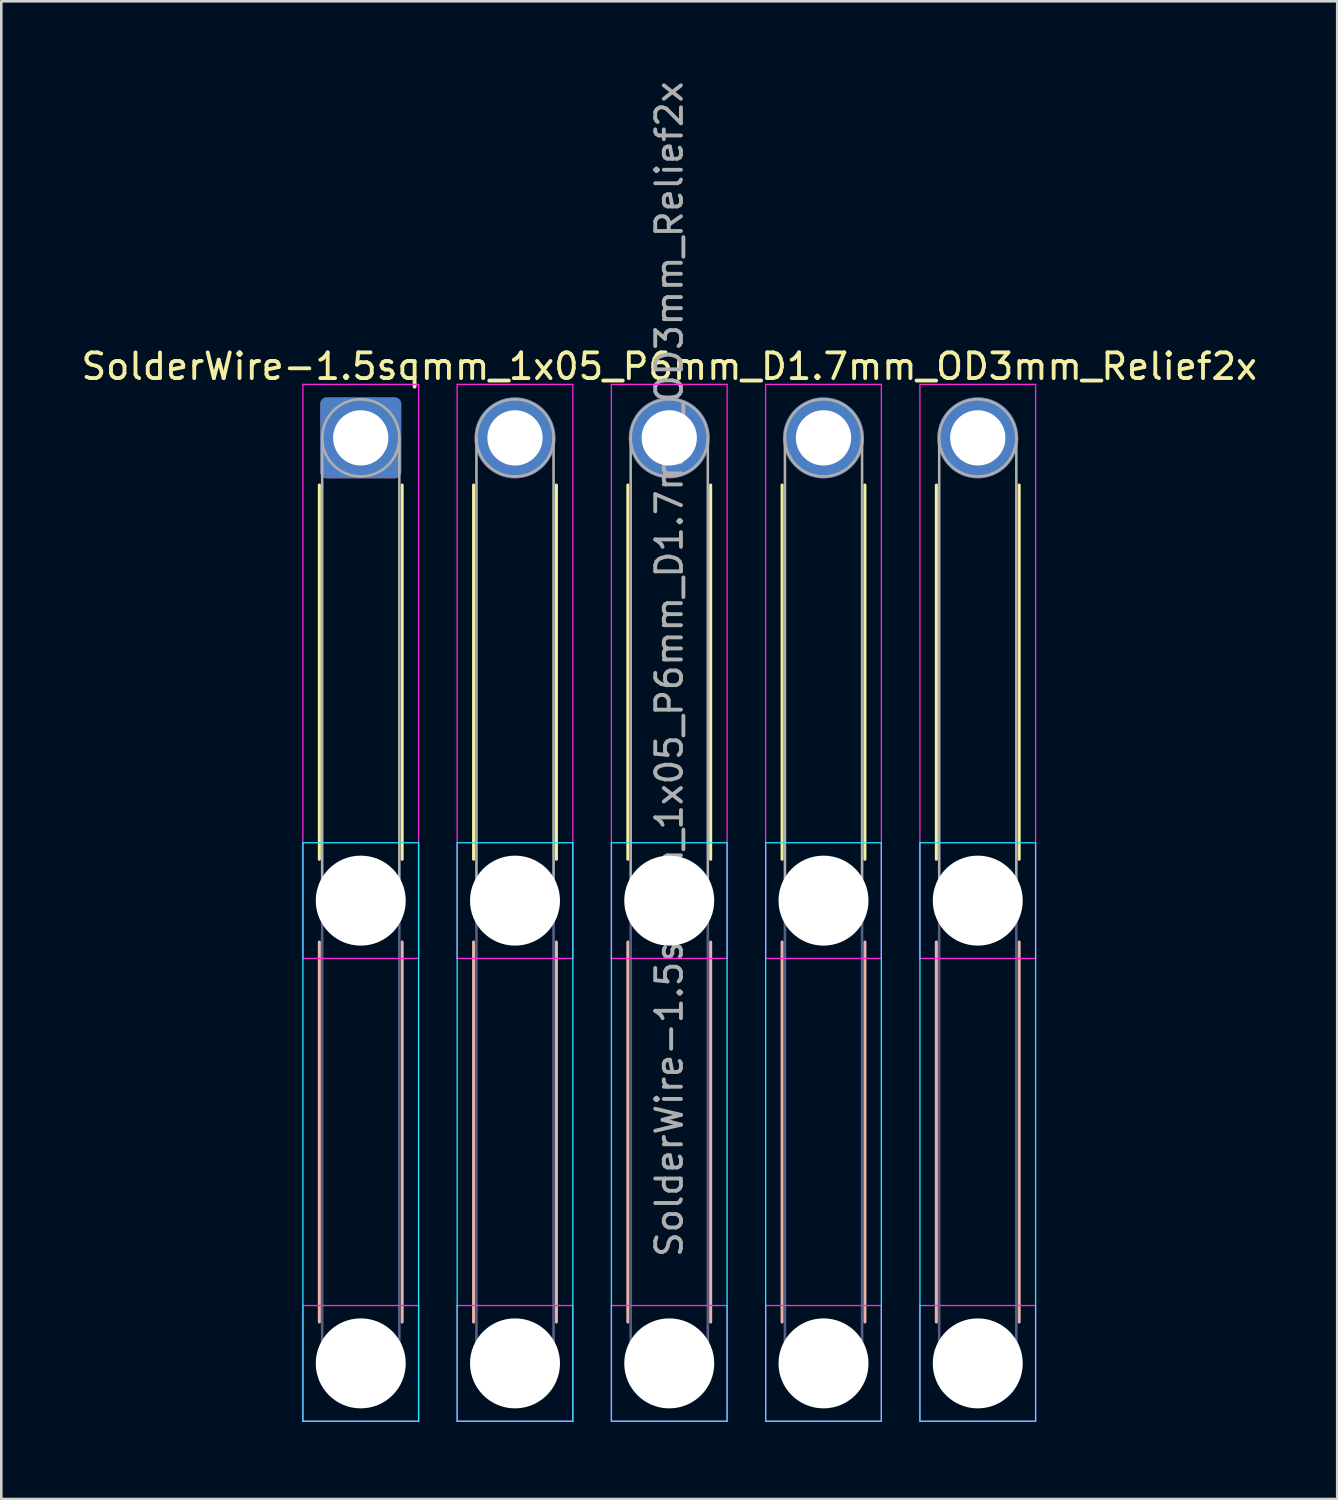
<source format=kicad_pcb>
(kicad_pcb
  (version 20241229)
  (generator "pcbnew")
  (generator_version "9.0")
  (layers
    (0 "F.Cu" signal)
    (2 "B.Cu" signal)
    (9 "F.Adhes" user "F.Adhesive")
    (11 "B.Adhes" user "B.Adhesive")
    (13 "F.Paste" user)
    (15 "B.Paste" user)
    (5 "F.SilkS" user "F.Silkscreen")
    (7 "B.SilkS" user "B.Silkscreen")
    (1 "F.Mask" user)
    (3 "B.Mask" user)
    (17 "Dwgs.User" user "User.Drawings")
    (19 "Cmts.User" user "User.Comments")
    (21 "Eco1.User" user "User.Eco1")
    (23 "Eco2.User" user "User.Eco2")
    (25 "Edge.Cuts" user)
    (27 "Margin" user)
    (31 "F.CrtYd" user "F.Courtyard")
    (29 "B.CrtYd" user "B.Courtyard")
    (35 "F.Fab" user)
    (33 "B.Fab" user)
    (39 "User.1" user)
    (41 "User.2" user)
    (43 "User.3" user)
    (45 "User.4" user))
  (footprint "SolderWire-1.5sqmm_1x05_P6mm_D1.7mm_OD3mm_Relief2x"
    (layer "F.Cu")
    (at 10.982 13.982)
    (property "Reference" "SolderWire-1.5sqmm_1x05_P6mm_D1.7mm_OD3mm_Relief2x" (at 12 -2.78 0) (layer "F.SilkS") (effects (font (size 1 1) (thickness 0.15))))
    (attr exclude_from_pos_files exclude_from_bom)
    (fp_line (start -1.61 1.835) (end -1.61 16.39) (stroke (width 0.12) (type solid)) (layer "F.SilkS"))
    (fp_line (start 1.61 1.835) (end 1.61 16.39) (stroke (width 0.12) (type solid)) (layer "F.SilkS"))
    (fp_line (start 4.39 1.835) (end 4.39 16.39) (stroke (width 0.12) (type solid)) (layer "F.SilkS"))
    (fp_line (start 7.61 1.835) (end 7.61 16.39) (stroke (width 0.12) (type solid)) (layer "F.SilkS"))
    (fp_line (start 10.39 1.835) (end 10.39 16.39) (stroke (width 0.12) (type solid)) (layer "F.SilkS"))
    (fp_line (start 13.61 1.835) (end 13.61 16.39) (stroke (width 0.12) (type solid)) (layer "F.SilkS"))
    (fp_line (start 16.39 1.835) (end 16.39 16.39) (stroke (width 0.12) (type solid)) (layer "F.SilkS"))
    (fp_line (start 19.61 1.835) (end 19.61 16.39) (stroke (width 0.12) (type solid)) (layer "F.SilkS"))
    (fp_line (start 22.39 1.835) (end 22.39 16.39) (stroke (width 0.12) (type solid)) (layer "F.SilkS"))
    (fp_line (start 25.61 1.835) (end 25.61 16.39) (stroke (width 0.12) (type solid)) (layer "F.SilkS"))
    (fp_line (start -1.61 19.61) (end -1.61 34.39) (stroke (width 0.12) (type solid)) (layer "B.SilkS"))
    (fp_line (start 1.61 19.61) (end 1.61 34.39) (stroke (width 0.12) (type solid)) (layer "B.SilkS"))
    (fp_line (start 4.39 19.61) (end 4.39 34.39) (stroke (width 0.12) (type solid)) (layer "B.SilkS"))
    (fp_line (start 7.61 19.61) (end 7.61 34.39) (stroke (width 0.12) (type solid)) (layer "B.SilkS"))
    (fp_line (start 10.39 19.61) (end 10.39 34.39) (stroke (width 0.12) (type solid)) (layer "B.SilkS"))
    (fp_line (start 13.61 19.61) (end 13.61 34.39) (stroke (width 0.12) (type solid)) (layer "B.SilkS"))
    (fp_line (start 16.39 19.61) (end 16.39 34.39) (stroke (width 0.12) (type solid)) (layer "B.SilkS"))
    (fp_line (start 19.61 19.61) (end 19.61 34.39) (stroke (width 0.12) (type solid)) (layer "B.SilkS"))
    (fp_line (start 22.39 19.61) (end 22.39 34.39) (stroke (width 0.12) (type solid)) (layer "B.SilkS"))
    (fp_line (start 25.61 19.61) (end 25.61 34.39) (stroke (width 0.12) (type solid)) (layer "B.SilkS"))
    (fp_line (start -2.25 15.75) (end -2.25 38.25) (stroke (width 0.05) (type solid)) (layer "B.CrtYd"))
    (fp_line (start -2.25 38.25) (end 2.25 38.25) (stroke (width 0.05) (type solid)) (layer "B.CrtYd"))
    (fp_line (start 2.25 15.75) (end -2.25 15.75) (stroke (width 0.05) (type solid)) (layer "B.CrtYd"))
    (fp_line (start 2.25 38.25) (end 2.25 15.75) (stroke (width 0.05) (type solid)) (layer "B.CrtYd"))
    (fp_line (start 3.75 15.75) (end 3.75 38.25) (stroke (width 0.05) (type solid)) (layer "B.CrtYd"))
    (fp_line (start 3.75 38.25) (end 8.25 38.25) (stroke (width 0.05) (type solid)) (layer "B.CrtYd"))
    (fp_line (start 8.25 15.75) (end 3.75 15.75) (stroke (width 0.05) (type solid)) (layer "B.CrtYd"))
    (fp_line (start 8.25 38.25) (end 8.25 15.75) (stroke (width 0.05) (type solid)) (layer "B.CrtYd"))
    (fp_line (start 9.75 15.75) (end 9.75 38.25) (stroke (width 0.05) (type solid)) (layer "B.CrtYd"))
    (fp_line (start 9.75 38.25) (end 14.25 38.25) (stroke (width 0.05) (type solid)) (layer "B.CrtYd"))
    (fp_line (start 14.25 15.75) (end 9.75 15.75) (stroke (width 0.05) (type solid)) (layer "B.CrtYd"))
    (fp_line (start 14.25 38.25) (end 14.25 15.75) (stroke (width 0.05) (type solid)) (layer "B.CrtYd"))
    (fp_line (start 15.75 15.75) (end 15.75 38.25) (stroke (width 0.05) (type solid)) (layer "B.CrtYd"))
    (fp_line (start 15.75 38.25) (end 20.25 38.25) (stroke (width 0.05) (type solid)) (layer "B.CrtYd"))
    (fp_line (start 20.25 15.75) (end 15.75 15.75) (stroke (width 0.05) (type solid)) (layer "B.CrtYd"))
    (fp_line (start 20.25 38.25) (end 20.25 15.75) (stroke (width 0.05) (type solid)) (layer "B.CrtYd"))
    (fp_line (start 21.75 15.75) (end 21.75 38.25) (stroke (width 0.05) (type solid)) (layer "B.CrtYd"))
    (fp_line (start 21.75 38.25) (end 26.25 38.25) (stroke (width 0.05) (type solid)) (layer "B.CrtYd"))
    (fp_line (start 26.25 15.75) (end 21.75 15.75) (stroke (width 0.05) (type solid)) (layer "B.CrtYd"))
    (fp_line (start 26.25 38.25) (end 26.25 15.75) (stroke (width 0.05) (type solid)) (layer "B.CrtYd"))
    (fp_line (start -2.25 -2.08) (end -2.25 20.25) (stroke (width 0.05) (type solid)) (layer "F.CrtYd"))
    (fp_line (start -2.25 20.25) (end 2.25 20.25) (stroke (width 0.05) (type solid)) (layer "F.CrtYd"))
    (fp_line (start -2.25 33.75) (end -2.25 38.25) (stroke (width 0.05) (type solid)) (layer "F.CrtYd"))
    (fp_line (start -2.25 38.25) (end 2.25 38.25) (stroke (width 0.05) (type solid)) (layer "F.CrtYd"))
    (fp_line (start 2.25 -2.08) (end -2.25 -2.08) (stroke (width 0.05) (type solid)) (layer "F.CrtYd"))
    (fp_line (start 2.25 20.25) (end 2.25 -2.08) (stroke (width 0.05) (type solid)) (layer "F.CrtYd"))
    (fp_line (start 2.25 33.75) (end -2.25 33.75) (stroke (width 0.05) (type solid)) (layer "F.CrtYd"))
    (fp_line (start 2.25 38.25) (end 2.25 33.75) (stroke (width 0.05) (type solid)) (layer "F.CrtYd"))
    (fp_line (start 3.75 -2.08) (end 3.75 20.25) (stroke (width 0.05) (type solid)) (layer "F.CrtYd"))
    (fp_line (start 3.75 20.25) (end 8.25 20.25) (stroke (width 0.05) (type solid)) (layer "F.CrtYd"))
    (fp_line (start 3.75 33.75) (end 3.75 38.25) (stroke (width 0.05) (type solid)) (layer "F.CrtYd"))
    (fp_line (start 3.75 38.25) (end 8.25 38.25) (stroke (width 0.05) (type solid)) (layer "F.CrtYd"))
    (fp_line (start 8.25 -2.08) (end 3.75 -2.08) (stroke (width 0.05) (type solid)) (layer "F.CrtYd"))
    (fp_line (start 8.25 20.25) (end 8.25 -2.08) (stroke (width 0.05) (type solid)) (layer "F.CrtYd"))
    (fp_line (start 8.25 33.75) (end 3.75 33.75) (stroke (width 0.05) (type solid)) (layer "F.CrtYd"))
    (fp_line (start 8.25 38.25) (end 8.25 33.75) (stroke (width 0.05) (type solid)) (layer "F.CrtYd"))
    (fp_line (start 9.75 -2.08) (end 9.75 20.25) (stroke (width 0.05) (type solid)) (layer "F.CrtYd"))
    (fp_line (start 9.75 20.25) (end 14.25 20.25) (stroke (width 0.05) (type solid)) (layer "F.CrtYd"))
    (fp_line (start 9.75 33.75) (end 9.75 38.25) (stroke (width 0.05) (type solid)) (layer "F.CrtYd"))
    (fp_line (start 9.75 38.25) (end 14.25 38.25) (stroke (width 0.05) (type solid)) (layer "F.CrtYd"))
    (fp_line (start 14.25 -2.08) (end 9.75 -2.08) (stroke (width 0.05) (type solid)) (layer "F.CrtYd"))
    (fp_line (start 14.25 20.25) (end 14.25 -2.08) (stroke (width 0.05) (type solid)) (layer "F.CrtYd"))
    (fp_line (start 14.25 33.75) (end 9.75 33.75) (stroke (width 0.05) (type solid)) (layer "F.CrtYd"))
    (fp_line (start 14.25 38.25) (end 14.25 33.75) (stroke (width 0.05) (type solid)) (layer "F.CrtYd"))
    (fp_line (start 15.75 -2.08) (end 15.75 20.25) (stroke (width 0.05) (type solid)) (layer "F.CrtYd"))
    (fp_line (start 15.75 20.25) (end 20.25 20.25) (stroke (width 0.05) (type solid)) (layer "F.CrtYd"))
    (fp_line (start 15.75 33.75) (end 15.75 38.25) (stroke (width 0.05) (type solid)) (layer "F.CrtYd"))
    (fp_line (start 15.75 38.25) (end 20.25 38.25) (stroke (width 0.05) (type solid)) (layer "F.CrtYd"))
    (fp_line (start 20.25 -2.08) (end 15.75 -2.08) (stroke (width 0.05) (type solid)) (layer "F.CrtYd"))
    (fp_line (start 20.25 20.25) (end 20.25 -2.08) (stroke (width 0.05) (type solid)) (layer "F.CrtYd"))
    (fp_line (start 20.25 33.75) (end 15.75 33.75) (stroke (width 0.05) (type solid)) (layer "F.CrtYd"))
    (fp_line (start 20.25 38.25) (end 20.25 33.75) (stroke (width 0.05) (type solid)) (layer "F.CrtYd"))
    (fp_line (start 21.75 -2.08) (end 21.75 20.25) (stroke (width 0.05) (type solid)) (layer "F.CrtYd"))
    (fp_line (start 21.75 20.25) (end 26.25 20.25) (stroke (width 0.05) (type solid)) (layer "F.CrtYd"))
    (fp_line (start 21.75 33.75) (end 21.75 38.25) (stroke (width 0.05) (type solid)) (layer "F.CrtYd"))
    (fp_line (start 21.75 38.25) (end 26.25 38.25) (stroke (width 0.05) (type solid)) (layer "F.CrtYd"))
    (fp_line (start 26.25 -2.08) (end 21.75 -2.08) (stroke (width 0.05) (type solid)) (layer "F.CrtYd"))
    (fp_line (start 26.25 20.25) (end 26.25 -2.08) (stroke (width 0.05) (type solid)) (layer "F.CrtYd"))
    (fp_line (start 26.25 33.75) (end 21.75 33.75) (stroke (width 0.05) (type solid)) (layer "F.CrtYd"))
    (fp_line (start 26.25 38.25) (end 26.25 33.75) (stroke (width 0.05) (type solid)) (layer "F.CrtYd"))
    (fp_line (start -1.5 18) (end -1.5 36) (stroke (width 0.1) (type solid)) (layer "B.Fab"))
    (fp_line (start 1.5 18) (end 1.5 36) (stroke (width 0.1) (type solid)) (layer "B.Fab"))
    (fp_line (start 4.5 18) (end 4.5 36) (stroke (width 0.1) (type solid)) (layer "B.Fab"))
    (fp_line (start 7.5 18) (end 7.5 36) (stroke (width 0.1) (type solid)) (layer "B.Fab"))
    (fp_line (start 10.5 18) (end 10.5 36) (stroke (width 0.1) (type solid)) (layer "B.Fab"))
    (fp_line (start 13.5 18) (end 13.5 36) (stroke (width 0.1) (type solid)) (layer "B.Fab"))
    (fp_line (start 16.5 18) (end 16.5 36) (stroke (width 0.1) (type solid)) (layer "B.Fab"))
    (fp_line (start 19.5 18) (end 19.5 36) (stroke (width 0.1) (type solid)) (layer "B.Fab"))
    (fp_line (start 22.5 18) (end 22.5 36) (stroke (width 0.1) (type solid)) (layer "B.Fab"))
    (fp_line (start 25.5 18) (end 25.5 36) (stroke (width 0.1) (type solid)) (layer "B.Fab"))
    (fp_circle (center 0 18) (end 1.5 18) (stroke (width 0.1) (type solid)) (fill no) (layer "B.Fab"))
    (fp_circle (center 0 36) (end 1.5 36) (stroke (width 0.1) (type solid)) (fill no) (layer "B.Fab"))
    (fp_circle (center 6 18) (end 7.5 18) (stroke (width 0.1) (type solid)) (fill no) (layer "B.Fab"))
    (fp_circle (center 6 36) (end 7.5 36) (stroke (width 0.1) (type solid)) (fill no) (layer "B.Fab"))
    (fp_circle (center 12 18) (end 13.5 18) (stroke (width 0.1) (type solid)) (fill no) (layer "B.Fab"))
    (fp_circle (center 12 36) (end 13.5 36) (stroke (width 0.1) (type solid)) (fill no) (layer "B.Fab"))
    (fp_circle (center 18 18) (end 19.5 18) (stroke (width 0.1) (type solid)) (fill no) (layer "B.Fab"))
    (fp_circle (center 18 36) (end 19.5 36) (stroke (width 0.1) (type solid)) (fill no) (layer "B.Fab"))
    (fp_circle (center 24 18) (end 25.5 18) (stroke (width 0.1) (type solid)) (fill no) (layer "B.Fab"))
    (fp_circle (center 24 36) (end 25.5 36) (stroke (width 0.1) (type solid)) (fill no) (layer "B.Fab"))
    (fp_line (start -1.5 0) (end -1.5 18) (stroke (width 0.1) (type solid)) (layer "F.Fab"))
    (fp_line (start 1.5 0) (end 1.5 18) (stroke (width 0.1) (type solid)) (layer "F.Fab"))
    (fp_line (start 4.5 0) (end 4.5 18) (stroke (width 0.1) (type solid)) (layer "F.Fab"))
    (fp_line (start 7.5 0) (end 7.5 18) (stroke (width 0.1) (type solid)) (layer "F.Fab"))
    (fp_line (start 10.5 0) (end 10.5 18) (stroke (width 0.1) (type solid)) (layer "F.Fab"))
    (fp_line (start 13.5 0) (end 13.5 18) (stroke (width 0.1) (type solid)) (layer "F.Fab"))
    (fp_line (start 16.5 0) (end 16.5 18) (stroke (width 0.1) (type solid)) (layer "F.Fab"))
    (fp_line (start 19.5 0) (end 19.5 18) (stroke (width 0.1) (type solid)) (layer "F.Fab"))
    (fp_line (start 22.5 0) (end 22.5 18) (stroke (width 0.1) (type solid)) (layer "F.Fab"))
    (fp_line (start 25.5 0) (end 25.5 18) (stroke (width 0.1) (type solid)) (layer "F.Fab"))
    (fp_circle (center 0 0) (end 1.5 0) (stroke (width 0.1) (type solid)) (fill no) (layer "F.Fab"))
    (fp_circle (center 0 18) (end 1.5 18) (stroke (width 0.1) (type solid)) (fill no) (layer "F.Fab"))
    (fp_circle (center 0 36) (end 1.5 36) (stroke (width 0.1) (type solid)) (fill no) (layer "F.Fab"))
    (fp_circle (center 6 0) (end 7.5 0) (stroke (width 0.1) (type solid)) (fill no) (layer "F.Fab"))
    (fp_circle (center 6 18) (end 7.5 18) (stroke (width 0.1) (type solid)) (fill no) (layer "F.Fab"))
    (fp_circle (center 6 36) (end 7.5 36) (stroke (width 0.1) (type solid)) (fill no) (layer "F.Fab"))
    (fp_circle (center 12 0) (end 13.5 0) (stroke (width 0.1) (type solid)) (fill no) (layer "F.Fab"))
    (fp_circle (center 12 18) (end 13.5 18) (stroke (width 0.1) (type solid)) (fill no) (layer "F.Fab"))
    (fp_circle (center 12 36) (end 13.5 36) (stroke (width 0.1) (type solid)) (fill no) (layer "F.Fab"))
    (fp_circle (center 18 0) (end 19.5 0) (stroke (width 0.1) (type solid)) (fill no) (layer "F.Fab"))
    (fp_circle (center 18 18) (end 19.5 18) (stroke (width 0.1) (type solid)) (fill no) (layer "F.Fab"))
    (fp_circle (center 18 36) (end 19.5 36) (stroke (width 0.1) (type solid)) (fill no) (layer "F.Fab"))
    (fp_circle (center 24 0) (end 25.5 0) (stroke (width 0.1) (type solid)) (fill no) (layer "F.Fab"))
    (fp_circle (center 24 18) (end 25.5 18) (stroke (width 0.1) (type solid)) (fill no) (layer "F.Fab"))
    (fp_circle (center 24 36) (end 25.5 36) (stroke (width 0.1) (type solid)) (fill no) (layer "F.Fab"))
    (fp_text user "${REFERENCE}" (at 12 9 90) (layer "F.Fab") (effects (font (size 1 1) (thickness 0.15))))
    (pad "" np_thru_hole circle (at 0 18) (size 3.5 3.5) (drill 3.5) (layers "*.Cu" "*.Mask"))
    (pad "" np_thru_hole circle (at 0 36) (size 3.5 3.5) (drill 3.5) (layers "*.Cu" "*.Mask"))
    (pad "" np_thru_hole circle (at 6 18) (size 3.5 3.5) (drill 3.5) (layers "*.Cu" "*.Mask"))
    (pad "" np_thru_hole circle (at 6 36) (size 3.5 3.5) (drill 3.5) (layers "*.Cu" "*.Mask"))
    (pad "" np_thru_hole circle (at 12 18) (size 3.5 3.5) (drill 3.5) (layers "*.Cu" "*.Mask"))
    (pad "" np_thru_hole circle (at 12 36) (size 3.5 3.5) (drill 3.5) (layers "*.Cu" "*.Mask"))
    (pad "" np_thru_hole circle (at 18 18) (size 3.5 3.5) (drill 3.5) (layers "*.Cu" "*.Mask"))
    (pad "" np_thru_hole circle (at 18 36) (size 3.5 3.5) (drill 3.5) (layers "*.Cu" "*.Mask"))
    (pad "" np_thru_hole circle (at 24 18) (size 3.5 3.5) (drill 3.5) (layers "*.Cu" "*.Mask"))
    (pad "" np_thru_hole circle (at 24 36) (size 3.5 3.5) (drill 3.5) (layers "*.Cu" "*.Mask"))
    (pad "1" thru_hole roundrect (at 0 0) (size 3.15 3.15) (drill 2.15) (layers "*.Cu" "*.Mask") (roundrect_rratio 0.079))
    (pad "2" thru_hole circle (at 6 0) (size 3.15 3.15) (drill 2.15) (layers "*.Cu" "*.Mask"))
    (pad "3" thru_hole circle (at 12 0) (size 3.15 3.15) (drill 2.15) (layers "*.Cu" "*.Mask"))
    (pad "4" thru_hole circle (at 18 0) (size 3.15 3.15) (drill 2.15) (layers "*.Cu" "*.Mask"))
    (pad "5" thru_hole circle (at 24 0) (size 3.15 3.15) (drill 2.15) (layers "*.Cu" "*.Mask")))
  (gr_rect
    (start -3 -3)
    (end 48.964 55.257)
    (stroke (width 0.1) (type default))
    (fill no)
    (layer "Edge.Cuts")))
</source>
